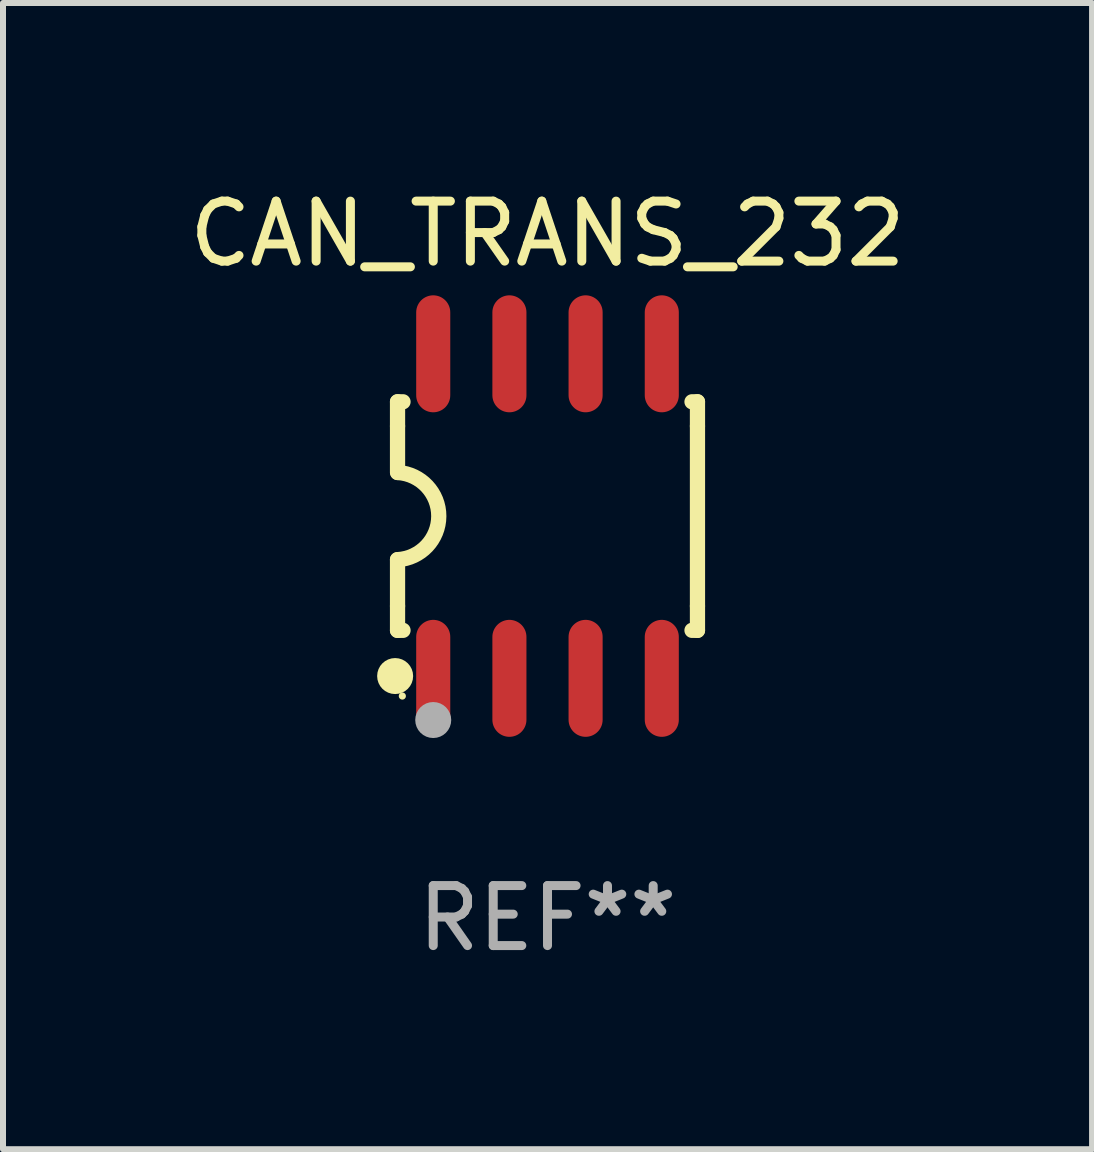
<source format=kicad_pcb>
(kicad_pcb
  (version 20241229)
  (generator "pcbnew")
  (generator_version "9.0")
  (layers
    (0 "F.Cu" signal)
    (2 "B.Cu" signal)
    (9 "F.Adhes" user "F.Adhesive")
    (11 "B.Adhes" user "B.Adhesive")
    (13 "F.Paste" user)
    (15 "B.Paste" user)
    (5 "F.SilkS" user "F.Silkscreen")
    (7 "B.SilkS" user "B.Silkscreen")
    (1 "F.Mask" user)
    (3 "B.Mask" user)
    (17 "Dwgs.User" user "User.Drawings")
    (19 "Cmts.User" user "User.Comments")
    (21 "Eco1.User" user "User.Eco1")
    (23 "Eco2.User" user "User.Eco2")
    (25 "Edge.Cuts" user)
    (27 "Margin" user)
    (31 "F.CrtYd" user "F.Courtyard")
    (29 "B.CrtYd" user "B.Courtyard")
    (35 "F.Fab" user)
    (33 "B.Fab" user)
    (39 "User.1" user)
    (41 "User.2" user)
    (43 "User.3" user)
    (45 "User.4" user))
  (footprint "CAN_TRANS_232"
    (layer "F.Cu")
    (at 6.077 5.553)
    (property "Reference" "CAN_TRANS_232" (at 0 -4.705 0) (layer "F.SilkS") (effects (font (size 1 1) (thickness 0.15))))
    (attr through_hole)
    (fp_line (start -2.5 -1.905) (end -2.409 -1.905) (stroke (width 0.254) (type solid)) (layer "F.SilkS"))
    (fp_line (start -2.5 -1.5) (end -2.5 -1.905) (stroke (width 0.254) (type solid)) (layer "F.SilkS"))
    (fp_line (start -2.5 -1.5) (end -2.5 -0.726) (stroke (width 0.254) (type solid)) (layer "F.SilkS"))
    (fp_line (start -2.5 1.5) (end -2.5 0.727) (stroke (width 0.254) (type solid)) (layer "F.SilkS"))
    (fp_line (start -2.5 1.5) (end -2.5 1.905) (stroke (width 0.254) (type solid)) (layer "F.SilkS"))
    (fp_line (start -2.5 1.905) (end -2.409 1.905) (stroke (width 0.254) (type solid)) (layer "F.SilkS"))
    (fp_line (start 2.5 -1.905) (end 2.409 -1.905) (stroke (width 0.254) (type solid)) (layer "F.SilkS"))
    (fp_line (start 2.5 -1.5) (end 2.5 -1.905) (stroke (width 0.254) (type solid)) (layer "F.SilkS"))
    (fp_line (start 2.5 -1.5) (end 2.5 1.5) (stroke (width 0.254) (type solid)) (layer "F.SilkS"))
    (fp_line (start 2.5 1.5) (end 2.5 1.905) (stroke (width 0.254) (type solid)) (layer "F.SilkS"))
    (fp_line (start 2.5 1.905) (end 2.409 1.905) (stroke (width 0.254) (type solid)) (layer "F.SilkS"))
    (fp_arc (start -2.495098 -0.726289) (mid -1.812145 0.002452) (end -2.499999 0.726568) (stroke (width 0.254001) (type solid)) (layer "F.SilkS"))
    (fp_circle (center -2.54 2.667) (end -2.39 2.667) (stroke (width 0.3) (type solid)) (fill no) (layer "F.SilkS"))
    (fp_circle (center -2.42 3) (end -2.39 3) (stroke (width 0.06) (type solid)) (fill no) (layer "F.SilkS"))
    (fp_circle (center -1.905 3.4) (end -1.755 3.4) (stroke (width 0.3) (type solid)) (fill no) (layer "F.Fab"))
    (fp_text user "REF**" (at 0 6.705 0) (layer "F.Fab") (effects (font (size 1 1) (thickness 0.15))))
    (pad "1" smd oval (at -1.905 2.705) (size 0.568 1.95) (layers "F.Cu" "F.Mask" "F.Paste"))
    (pad "2" smd oval (at -0.635 2.705) (size 0.568 1.95) (layers "F.Cu" "F.Mask" "F.Paste"))
    (pad "3" smd oval (at 0.635 2.705) (size 0.568 1.95) (layers "F.Cu" "F.Mask" "F.Paste"))
    (pad "4" smd oval (at 1.905 2.705) (size 0.568 1.95) (layers "F.Cu" "F.Mask" "F.Paste"))
    (pad "5" smd oval (at 1.905 -2.705) (size 0.568 1.95) (layers "F.Cu" "F.Mask" "F.Paste"))
    (pad "6" smd oval (at 0.635 -2.705) (size 0.568 1.95) (layers "F.Cu" "F.Mask" "F.Paste"))
    (pad "7" smd oval (at -0.635 -2.705) (size 0.568 1.95) (layers "F.Cu" "F.Mask" "F.Paste"))
    (pad "8" smd oval (at -1.905 -2.705) (size 0.568 1.95) (layers "F.Cu" "F.Mask" "F.Paste")))
  (gr_rect
    (start -3 -3)
    (end 15.155 16.107)
    (stroke (width 0.1) (type default))
    (fill no)
    (layer "Edge.Cuts")))
</source>
